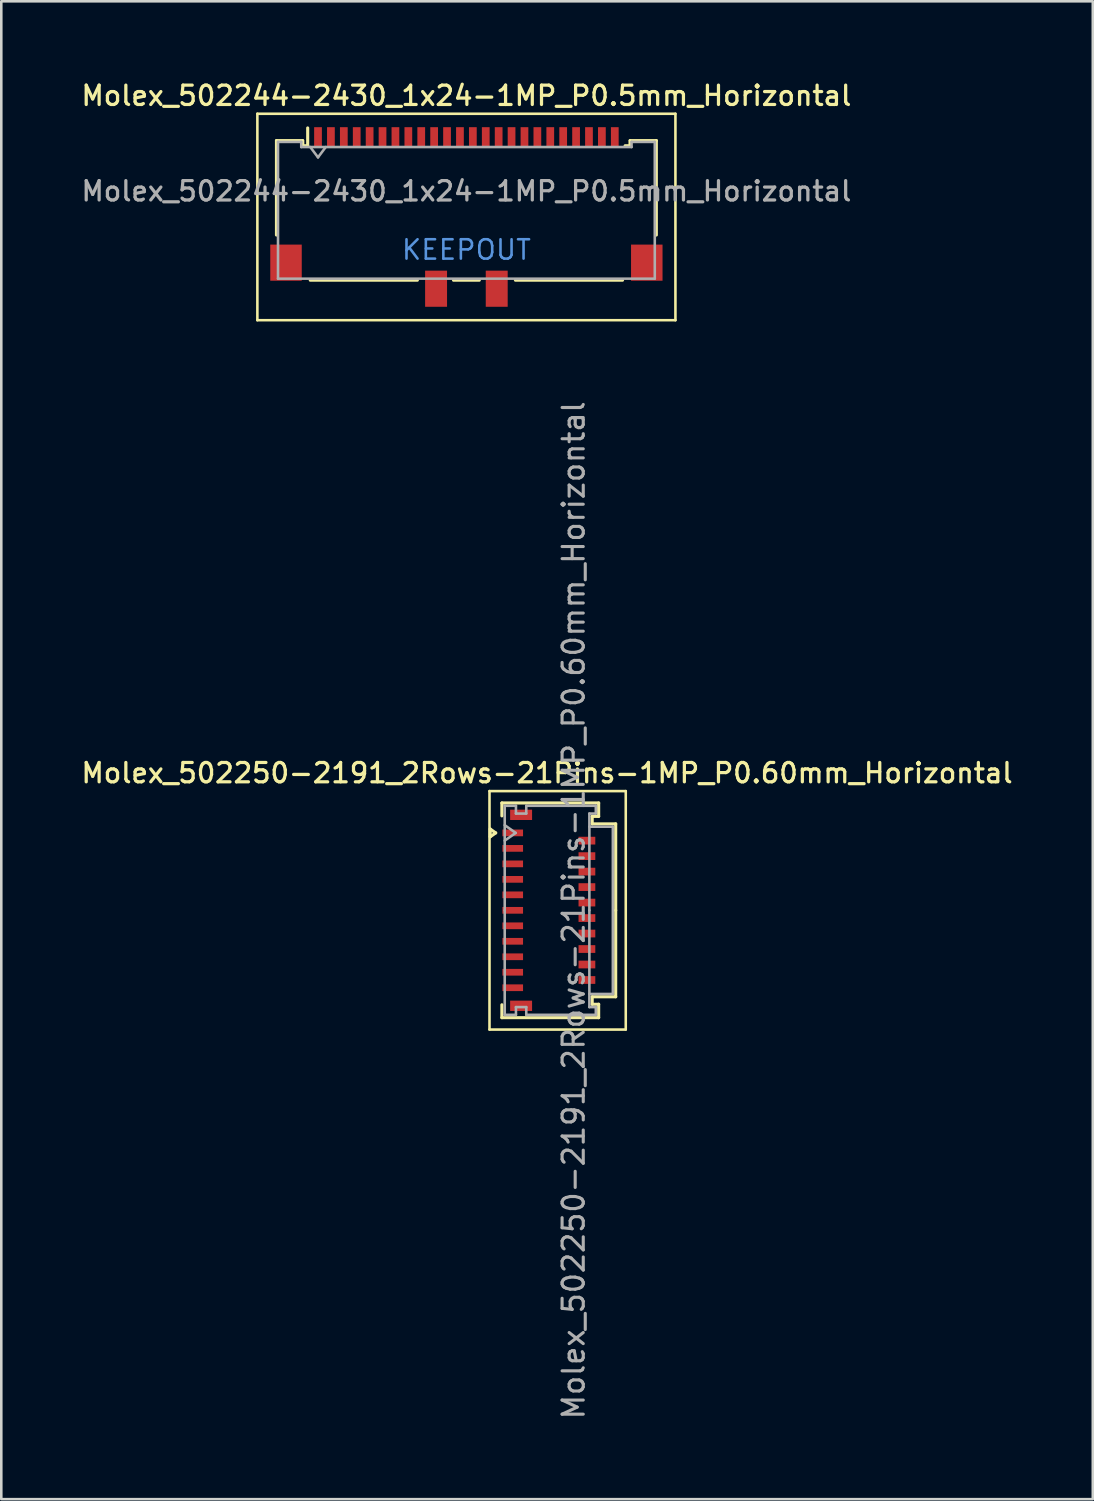
<source format=kicad_pcb>
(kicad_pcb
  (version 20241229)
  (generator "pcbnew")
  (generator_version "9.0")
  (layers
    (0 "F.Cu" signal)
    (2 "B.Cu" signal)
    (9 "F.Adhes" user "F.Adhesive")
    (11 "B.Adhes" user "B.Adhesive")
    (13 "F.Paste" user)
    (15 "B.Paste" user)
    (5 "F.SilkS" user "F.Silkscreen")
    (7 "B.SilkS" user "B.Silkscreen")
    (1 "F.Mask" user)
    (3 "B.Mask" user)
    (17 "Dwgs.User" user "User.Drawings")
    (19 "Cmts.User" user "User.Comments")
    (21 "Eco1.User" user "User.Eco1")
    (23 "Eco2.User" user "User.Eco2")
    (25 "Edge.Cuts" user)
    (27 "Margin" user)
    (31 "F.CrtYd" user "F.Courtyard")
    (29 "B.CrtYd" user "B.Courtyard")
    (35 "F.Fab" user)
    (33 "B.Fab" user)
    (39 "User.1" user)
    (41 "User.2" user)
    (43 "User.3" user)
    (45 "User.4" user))
  (footprint "Molex_502250-2191_2Rows-21Pins-1MP_P0.60mm_Horizontal"
    (layer "F.Cu")
    (at 18.218 32.225)
    (property "Reference" "Molex_502250-2191_2Rows-21Pins-1MP_P0.60mm_Horizontal" (at -0.07 -5.32 0) (layer "F.SilkS") (effects (font (size 0.75 0.75) (thickness 0.125))))
    (attr smd)
    (fp_line (start -2.3 -4.62) (end -2.3 4.62) (stroke (width 0.1) (type solid)) (layer "F.SilkS"))
    (fp_line (start -2.3 4.62) (end 2.98 4.62) (stroke (width 0.1) (type solid)) (layer "F.SilkS"))
    (fp_line (start -2.272 -3.15) (end -2.06 -3) (stroke (width 0.12) (type solid)) (layer "F.SilkS"))
    (fp_line (start -2.272 -2.85) (end -2.272 -3.15) (stroke (width 0.12) (type solid)) (layer "F.SilkS"))
    (fp_line (start -2.06 -3) (end -2.272 -2.85) (stroke (width 0.12) (type solid)) (layer "F.SilkS"))
    (fp_line (start -1.82 -4.16) (end 1.93 -4.16) (stroke (width 0.12) (type solid)) (layer "F.SilkS"))
    (fp_line (start -1.82 -3.66) (end -1.82 -4.16) (stroke (width 0.12) (type solid)) (layer "F.SilkS"))
    (fp_line (start -1.82 3.66) (end -1.82 4.16) (stroke (width 0.12) (type solid)) (layer "F.SilkS"))
    (fp_line (start -1.82 4.16) (end 1.93 4.16) (stroke (width 0.12) (type solid)) (layer "F.SilkS"))
    (fp_line (start 1.68 -3.64) (end 1.68 -3.35) (stroke (width 0.12) (type solid)) (layer "F.SilkS"))
    (fp_line (start 1.68 -3.35) (end 2.59 -3.35) (stroke (width 0.12) (type solid)) (layer "F.SilkS"))
    (fp_line (start 1.68 3.35) (end 2.59 3.35) (stroke (width 0.12) (type solid)) (layer "F.SilkS"))
    (fp_line (start 1.68 3.64) (end 1.68 3.35) (stroke (width 0.12) (type solid)) (layer "F.SilkS"))
    (fp_line (start 1.93 -4.16) (end 1.93 -3.64) (stroke (width 0.12) (type solid)) (layer "F.SilkS"))
    (fp_line (start 1.93 -3.64) (end 1.68 -3.64) (stroke (width 0.12) (type solid)) (layer "F.SilkS"))
    (fp_line (start 1.93 3.64) (end 1.68 3.64) (stroke (width 0.12) (type solid)) (layer "F.SilkS"))
    (fp_line (start 1.93 4.16) (end 1.93 3.64) (stroke (width 0.12) (type solid)) (layer "F.SilkS"))
    (fp_line (start 2.59 -3.35) (end 2.59 0) (stroke (width 0.12) (type solid)) (layer "F.SilkS"))
    (fp_line (start 2.59 3.35) (end 2.59 0) (stroke (width 0.12) (type solid)) (layer "F.SilkS"))
    (fp_line (start 2.98 -4.62) (end -2.3 -4.62) (stroke (width 0.1) (type solid)) (layer "F.SilkS"))
    (fp_line (start 2.98 4.62) (end 2.98 -4.62) (stroke (width 0.1) (type solid)) (layer "F.SilkS"))
    (fp_line (start -1.71 -4.05) (end -1.275 -4.05) (stroke (width 0.1) (type solid)) (layer "F.Fab"))
    (fp_line (start -1.71 -3.3) (end -1.286 -3) (stroke (width 0.1) (type solid)) (layer "F.Fab"))
    (fp_line (start -1.71 0) (end -1.71 -4.05) (stroke (width 0.1) (type solid)) (layer "F.Fab"))
    (fp_line (start -1.71 0) (end -1.71 4.05) (stroke (width 0.1) (type solid)) (layer "F.Fab"))
    (fp_line (start -1.71 4.05) (end -1.275 4.05) (stroke (width 0.1) (type solid)) (layer "F.Fab"))
    (fp_line (start -1.286 -3) (end -1.71 -2.7) (stroke (width 0.1) (type solid)) (layer "F.Fab"))
    (fp_line (start -1.275 -4.05) (end -1.275 -3.75) (stroke (width 0.1) (type solid)) (layer "F.Fab"))
    (fp_line (start -1.275 -3.75) (end -0.875 -3.75) (stroke (width 0.1) (type solid)) (layer "F.Fab"))
    (fp_line (start -1.275 3.75) (end -0.875 3.75) (stroke (width 0.1) (type solid)) (layer "F.Fab"))
    (fp_line (start -1.275 4.05) (end -1.275 3.75) (stroke (width 0.1) (type solid)) (layer "F.Fab"))
    (fp_line (start -0.875 -4.05) (end 1.82 -4.05) (stroke (width 0.1) (type solid)) (layer "F.Fab"))
    (fp_line (start -0.875 -3.75) (end -0.875 -4.05) (stroke (width 0.1) (type solid)) (layer "F.Fab"))
    (fp_line (start -0.875 3.75) (end -0.875 4.05) (stroke (width 0.1) (type solid)) (layer "F.Fab"))
    (fp_line (start -0.875 4.05) (end 1.82 4.05) (stroke (width 0.1) (type solid)) (layer "F.Fab"))
    (fp_line (start 1.57 -3.75) (end 1.57 0) (stroke (width 0.1) (type solid)) (layer "F.Fab"))
    (fp_line (start 1.57 -3.24) (end 2.48 -3.24) (stroke (width 0.1) (type solid)) (layer "F.Fab"))
    (fp_line (start 1.57 3.75) (end 1.57 0) (stroke (width 0.1) (type solid)) (layer "F.Fab"))
    (fp_line (start 1.82 -4.05) (end 1.82 -3.75) (stroke (width 0.1) (type solid)) (layer "F.Fab"))
    (fp_line (start 1.82 -3.75) (end 1.57 -3.75) (stroke (width 0.1) (type solid)) (layer "F.Fab"))
    (fp_line (start 1.82 3.75) (end 1.57 3.75) (stroke (width 0.1) (type solid)) (layer "F.Fab"))
    (fp_line (start 1.82 4.05) (end 1.82 3.75) (stroke (width 0.1) (type solid)) (layer "F.Fab"))
    (fp_line (start 2.48 -3.24) (end 2.48 3.24) (stroke (width 0.1) (type solid)) (layer "F.Fab"))
    (fp_line (start 2.48 3.24) (end 1.57 3.24) (stroke (width 0.1) (type solid)) (layer "F.Fab"))
    (fp_text user "${REFERENCE}" (at 0.96 0 90) (layer "F.Fab") (effects (font (size 0.82 0.82) (thickness 0.12))))
    (pad "1" smd rect (at -1.4 -3) (size 0.8 0.26) (layers "F.Cu" "F.Mask" "F.Paste"))
    (pad "2" smd rect (at 1.475 -2.7) (size 0.65 0.3) (layers "F.Cu" "F.Mask" "F.Paste"))
    (pad "3" smd rect (at -1.4 -2.4) (size 0.8 0.26) (layers "F.Cu" "F.Mask" "F.Paste"))
    (pad "4" smd rect (at 1.475 -2.1) (size 0.65 0.3) (layers "F.Cu" "F.Mask" "F.Paste"))
    (pad "5" smd rect (at -1.4 -1.8) (size 0.8 0.26) (layers "F.Cu" "F.Mask" "F.Paste"))
    (pad "6" smd rect (at 1.475 -1.5) (size 0.65 0.3) (layers "F.Cu" "F.Mask" "F.Paste"))
    (pad "7" smd rect (at -1.4 -1.2) (size 0.8 0.26) (layers "F.Cu" "F.Mask" "F.Paste"))
    (pad "8" smd rect (at 1.475 -0.9) (size 0.65 0.3) (layers "F.Cu" "F.Mask" "F.Paste"))
    (pad "9" smd rect (at -1.4 -0.6) (size 0.8 0.26) (layers "F.Cu" "F.Mask" "F.Paste"))
    (pad "10" smd rect (at 1.475 -0.3) (size 0.65 0.3) (layers "F.Cu" "F.Mask" "F.Paste"))
    (pad "11" smd rect (at -1.4 0) (size 0.8 0.26) (layers "F.Cu" "F.Mask" "F.Paste"))
    (pad "12" smd rect (at 1.475 0.3) (size 0.65 0.3) (layers "F.Cu" "F.Mask" "F.Paste"))
    (pad "13" smd rect (at -1.4 0.6) (size 0.8 0.26) (layers "F.Cu" "F.Mask" "F.Paste"))
    (pad "14" smd rect (at 1.475 0.9) (size 0.65 0.3) (layers "F.Cu" "F.Mask" "F.Paste"))
    (pad "15" smd rect (at -1.4 1.2) (size 0.8 0.26) (layers "F.Cu" "F.Mask" "F.Paste"))
    (pad "16" smd rect (at 1.475 1.5) (size 0.65 0.3) (layers "F.Cu" "F.Mask" "F.Paste"))
    (pad "17" smd rect (at -1.4 1.8) (size 0.8 0.26) (layers "F.Cu" "F.Mask" "F.Paste"))
    (pad "18" smd rect (at 1.475 2.1) (size 0.65 0.3) (layers "F.Cu" "F.Mask" "F.Paste"))
    (pad "19" smd rect (at -1.4 2.4) (size 0.8 0.26) (layers "F.Cu" "F.Mask" "F.Paste"))
    (pad "20" smd rect (at 1.475 2.7) (size 0.65 0.3) (layers "F.Cu" "F.Mask" "F.Paste"))
    (pad "21" smd rect (at -1.4 3) (size 0.8 0.26) (layers "F.Cu" "F.Mask" "F.Paste"))
    (pad "MP" smd rect (at -1.075 -3.7) (size 0.85 0.4) (layers "F.Cu" "F.Mask" "F.Paste"))
    (pad "MP" smd rect (at -1.075 3.7) (size 0.85 0.4) (layers "F.Cu" "F.Mask" "F.Paste")))
  (footprint "Molex_502244-2430_1x24-1MP_P0.5mm_Horizontal"
    (layer "F.Cu")
    (at 15.023 5.358)
    (property "Reference" "Molex_502244-2430_1x24-1MP_P0.5mm_Horizontal" (at 0 -4.7 0) (layer "F.SilkS") (effects (font (size 0.75 0.75) (thickness 0.125))))
    (attr smd)
    (fp_line (start -8.1 -4) (end 8.1 -4) (stroke (width 0.1) (type solid)) (layer "F.SilkS"))
    (fp_line (start -8.1 4) (end -8.1 -4) (stroke (width 0.1) (type solid)) (layer "F.SilkS"))
    (fp_line (start -7.36 -2.96) (end -6.35 -2.96) (stroke (width 0.12) (type solid)) (layer "F.SilkS"))
    (fp_line (start -7.36 0.7) (end -7.36 -2.96) (stroke (width 0.12) (type solid)) (layer "F.SilkS"))
    (fp_line (start -6.34 -2.76) (end -6.34 -2.96) (stroke (width 0.12) (type solid)) (layer "F.SilkS"))
    (fp_line (start -6.34 -2.76) (end -6.15 -2.76) (stroke (width 0.12) (type solid)) (layer "F.SilkS"))
    (fp_line (start -6.15 -2.76) (end -6.15 -3.45) (stroke (width 0.12) (type solid)) (layer "F.SilkS"))
    (fp_line (start -6.05 2.45) (end -1.9 2.45) (stroke (width 0.12) (type solid)) (layer "F.SilkS"))
    (fp_line (start -0.5 2.45) (end 0.5 2.45) (stroke (width 0.12) (type solid)) (layer "F.SilkS"))
    (fp_line (start 1.9 2.45) (end 6.05 2.45) (stroke (width 0.12) (type solid)) (layer "F.SilkS"))
    (fp_line (start 6.34 -2.96) (end 6.34 -2.76) (stroke (width 0.12) (type solid)) (layer "F.SilkS"))
    (fp_line (start 6.34 -2.76) (end 6.15 -2.76) (stroke (width 0.12) (type solid)) (layer "F.SilkS"))
    (fp_line (start 6.35 -2.96) (end 7.36 -2.96) (stroke (width 0.12) (type solid)) (layer "F.SilkS"))
    (fp_line (start 7.36 -2.96) (end 7.36 0.7) (stroke (width 0.12) (type solid)) (layer "F.SilkS"))
    (fp_line (start 8.1 -4) (end 8.1 4) (stroke (width 0.1) (type solid)) (layer "F.SilkS"))
    (fp_line (start 8.1 4) (end -8.1 4) (stroke (width 0.1) (type solid)) (layer "F.SilkS"))
    (fp_line (start -7.3 -2.91) (end -7.3 2.39) (stroke (width 0.1) (type solid)) (layer "F.Fab"))
    (fp_line (start -7.3 2.39) (end 7.3 2.39) (stroke (width 0.1) (type solid)) (layer "F.Fab"))
    (fp_line (start -6.4 -2.91) (end -7.3 -2.91) (stroke (width 0.1) (type solid)) (layer "F.Fab"))
    (fp_line (start -6.4 -2.71) (end -6.4 -2.91) (stroke (width 0.1) (type solid)) (layer "F.Fab"))
    (fp_line (start -6.05 -2.71) (end -5.75 -2.31) (stroke (width 0.1) (type solid)) (layer "F.Fab"))
    (fp_line (start -5.75 -2.31) (end -5.45 -2.71) (stroke (width 0.1) (type solid)) (layer "F.Fab"))
    (fp_line (start 6.4 -2.91) (end 6.4 -2.71) (stroke (width 0.1) (type solid)) (layer "F.Fab"))
    (fp_line (start 6.4 -2.71) (end -6.4 -2.71) (stroke (width 0.1) (type solid)) (layer "F.Fab"))
    (fp_line (start 7.3 -2.91) (end 6.4 -2.91) (stroke (width 0.1) (type solid)) (layer "F.Fab"))
    (fp_line (start 7.3 -2.91) (end 7.3 2.39) (stroke (width 0.1) (type solid)) (layer "F.Fab"))
    (fp_text user "KEEPOUT" (at 0 1.271 0) (layer "Cmts.User") (effects (font (size 0.75 0.75) (thickness 0.1))))
    (fp_text user "${REFERENCE}" (at 0 -1 0) (layer "F.Fab") (effects (font (size 0.75 0.75) (thickness 0.125))))
    (pad "1" smd rect (at -5.75 -3.08) (size 0.3 0.8) (layers "F.Cu" "F.Mask" "F.Paste"))
    (pad "2" smd rect (at -5.25 -3.08) (size 0.3 0.8) (layers "F.Cu" "F.Mask" "F.Paste"))
    (pad "3" smd rect (at -4.75 -3.08) (size 0.3 0.8) (layers "F.Cu" "F.Mask" "F.Paste"))
    (pad "4" smd rect (at -4.25 -3.08) (size 0.3 0.8) (layers "F.Cu" "F.Mask" "F.Paste"))
    (pad "5" smd rect (at -3.75 -3.08) (size 0.3 0.8) (layers "F.Cu" "F.Mask" "F.Paste"))
    (pad "6" smd rect (at -3.25 -3.08) (size 0.3 0.8) (layers "F.Cu" "F.Mask" "F.Paste"))
    (pad "7" smd rect (at -2.75 -3.08) (size 0.3 0.8) (layers "F.Cu" "F.Mask" "F.Paste"))
    (pad "8" smd rect (at -2.25 -3.08) (size 0.3 0.8) (layers "F.Cu" "F.Mask" "F.Paste"))
    (pad "9" smd rect (at -1.75 -3.08) (size 0.3 0.8) (layers "F.Cu" "F.Mask" "F.Paste"))
    (pad "10" smd rect (at -1.25 -3.08) (size 0.3 0.8) (layers "F.Cu" "F.Mask" "F.Paste"))
    (pad "11" smd rect (at -0.75 -3.08) (size 0.3 0.8) (layers "F.Cu" "F.Mask" "F.Paste"))
    (pad "12" smd rect (at -0.25 -3.08) (size 0.3 0.8) (layers "F.Cu" "F.Mask" "F.Paste"))
    (pad "13" smd rect (at 0.25 -3.08) (size 0.3 0.8) (layers "F.Cu" "F.Mask" "F.Paste"))
    (pad "14" smd rect (at 0.75 -3.08) (size 0.3 0.8) (layers "F.Cu" "F.Mask" "F.Paste"))
    (pad "15" smd rect (at 1.25 -3.08) (size 0.3 0.8) (layers "F.Cu" "F.Mask" "F.Paste"))
    (pad "16" smd rect (at 1.75 -3.08) (size 0.3 0.8) (layers "F.Cu" "F.Mask" "F.Paste"))
    (pad "17" smd rect (at 2.25 -3.08) (size 0.3 0.8) (layers "F.Cu" "F.Mask" "F.Paste"))
    (pad "18" smd rect (at 2.75 -3.08) (size 0.3 0.8) (layers "F.Cu" "F.Mask" "F.Paste"))
    (pad "19" smd rect (at 3.25 -3.08) (size 0.3 0.8) (layers "F.Cu" "F.Mask" "F.Paste"))
    (pad "20" smd rect (at 3.75 -3.08) (size 0.3 0.8) (layers "F.Cu" "F.Mask" "F.Paste"))
    (pad "21" smd rect (at 4.25 -3.08) (size 0.3 0.8) (layers "F.Cu" "F.Mask" "F.Paste"))
    (pad "22" smd rect (at 4.75 -3.08) (size 0.3 0.8) (layers "F.Cu" "F.Mask" "F.Paste"))
    (pad "23" smd rect (at 5.25 -3.08) (size 0.3 0.8) (layers "F.Cu" "F.Mask" "F.Paste"))
    (pad "24" smd rect (at 5.75 -3.08) (size 0.3 0.8) (layers "F.Cu" "F.Mask" "F.Paste"))
    (pad "MP" smd rect (at -6.99 1.77) (size 1.22 1.4) (layers "F.Cu" "F.Mask" "F.Paste"))
    (pad "MP" smd rect (at -1.175 2.78) (size 0.85 1.4) (layers "F.Cu" "F.Mask" "F.Paste"))
    (pad "MP" smd rect (at 1.175 2.78) (size 0.85 1.4) (layers "F.Cu" "F.Mask" "F.Paste"))
    (pad "MP" smd rect (at 6.99 1.77) (size 1.22 1.4) (layers "F.Cu" "F.Mask" "F.Paste"))
    (zone (net_name "") (layer "F.Cu") (hatch full 0.508) (connect_pads) (min_thickness 0.254) (filled_areas_thickness no) (keepout (tracks not_allowed) (vias not_allowed) (pads not_allowed) (copperpour not_allowed) (footprints not_allowed)) (placement (enabled no)) (fill) (polygon (pts (xy 15.023 7.868) (xy 14.273 7.868) (xy 14.273 7.438) (xy 13.423 7.438) (xy 13.423 7.868) (xy 8.643 7.868) (xy 8.643 5.318) (xy 15.023 5.318))))
    (zone (net_name "") (layer "F.Cu") (hatch full 0.508) (connect_pads) (min_thickness 0.254) (filled_areas_thickness no) (keepout (tracks not_allowed) (vias not_allowed) (pads not_allowed) (copperpour not_allowed) (footprints not_allowed)) (placement (enabled no)) (fill) (polygon (pts (xy 15.023 7.868) (xy 15.773 7.868) (xy 15.773 7.438) (xy 16.623 7.438) (xy 16.623 7.868) (xy 21.403 7.868) (xy 21.403 5.318) (xy 15.023 5.318)))))
  (gr_rect
    (start -3 -3)
    (end 39.296 55.042)
    (stroke (width 0.1) (type default))
    (fill no)
    (layer "Edge.Cuts")))
</source>
